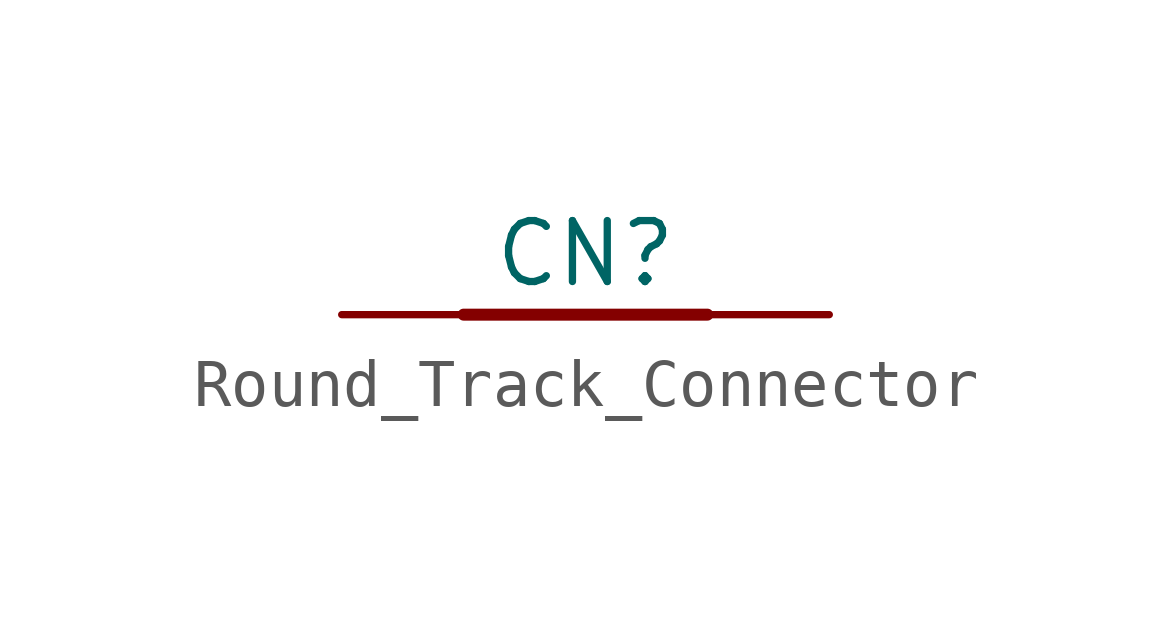
<source format=kicad_sym>
(kicad_symbol_lib
  (version 20211014)
  (generator kicad_symbol_editor)
  (symbol "Round_Track_Connector"
    (pin_numbers hide)
    (pin_names hide)
    (property "Reference" "CN"
      (at 0 1.27 0)
      (effects (font (size 1.27 1.27))))
    (symbol "Round_Track_Connector_0_1"
      (polyline (pts (xy -2.54 0) (xy 2.54 0)) (stroke (width 0.25) (type default) (color 0 0 0 0)) (fill (type none))))
    (symbol "Round_Track_Connector_1_1"
      (pin passive line (at -5.08 0 0) (length 2.54) (name "" (effects (font (size 1.27 1.27)))) (number "1" (effects (font (size 1.27 1.27)))))
      (pin passive line (at 5.08 0 180) (length 2.54) (name "" (effects (font (size 1.27 1.27)))) (number "2" (effects (font (size 1.27 1.27))))))))
</source>
